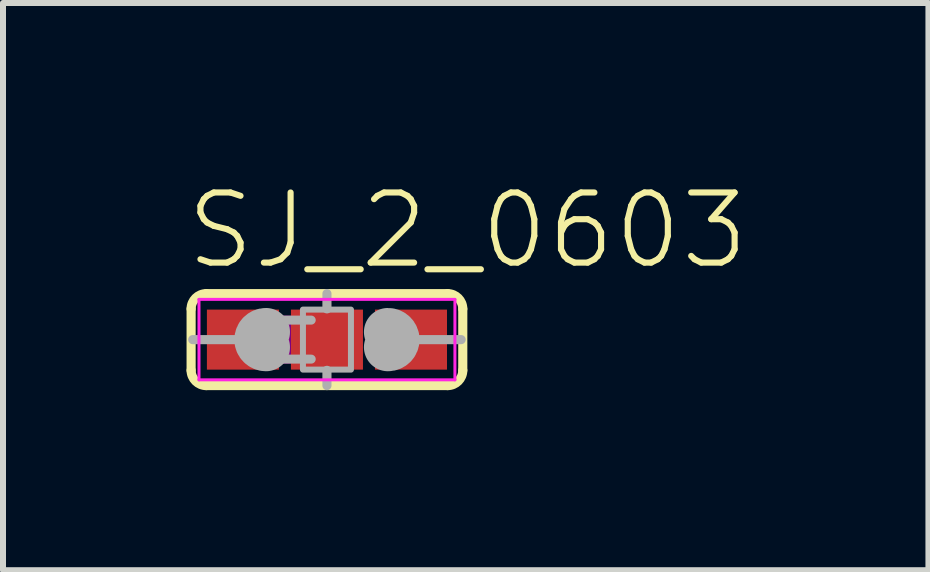
<source format=kicad_pcb>
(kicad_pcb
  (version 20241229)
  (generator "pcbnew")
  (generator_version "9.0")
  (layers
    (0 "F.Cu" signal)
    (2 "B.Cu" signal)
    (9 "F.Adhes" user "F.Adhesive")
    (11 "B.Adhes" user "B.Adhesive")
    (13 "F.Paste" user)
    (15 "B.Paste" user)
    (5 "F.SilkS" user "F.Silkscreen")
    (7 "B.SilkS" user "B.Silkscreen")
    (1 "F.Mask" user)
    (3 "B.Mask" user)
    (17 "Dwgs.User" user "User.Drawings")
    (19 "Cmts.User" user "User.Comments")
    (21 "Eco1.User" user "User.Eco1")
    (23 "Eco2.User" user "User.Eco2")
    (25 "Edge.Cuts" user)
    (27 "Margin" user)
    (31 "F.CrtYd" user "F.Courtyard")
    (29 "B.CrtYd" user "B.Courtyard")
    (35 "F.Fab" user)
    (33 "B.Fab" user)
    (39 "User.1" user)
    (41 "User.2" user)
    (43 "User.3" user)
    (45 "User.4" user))
  (footprint "SJ_2_0603"
    (layer "F.Cu")
    (at 2.397 2.608)
    (property "Reference" "SJ_2_0603" (at -2.397 -1.135 0) (layer "F.SilkS") (effects (font (size 1.168 1.168) (thickness 0.102)) (justify left bottom)))
    (fp_line (start -2.263 0.512) (end -2.263 -0.512) (stroke (width 0.152) (type solid)) (layer "F.SilkS"))
    (fp_line (start -2.009 -0.766) (end 2.009 -0.766) (stroke (width 0.152) (type solid)) (layer "F.SilkS"))
    (fp_line (start 2.009 0.766) (end -2.009 0.766) (stroke (width 0.152) (type solid)) (layer "F.SilkS"))
    (fp_line (start 2.263 0.512) (end 2.263 -0.512) (stroke (width 0.152) (type solid)) (layer "F.SilkS"))
    (fp_arc (start -2.263 -0.512) (mid -2.188605 -0.691605) (end -2.009 -0.766) (stroke (width 0.1524) (type solid)) (layer "F.SilkS"))
    (fp_arc (start -2.009 0.766) (mid -2.188605 0.691605) (end -2.263 0.512) (stroke (width 0.1524) (type solid)) (layer "F.SilkS"))
    (fp_arc (start 2.009 -0.766) (mid 2.188605 -0.691605) (end 2.263 -0.512) (stroke (width 0.1524) (type solid)) (layer "F.SilkS"))
    (fp_arc (start 2.263 0.512) (mid 2.188605 0.691605) (end 2.009 0.766) (stroke (width 0.1524) (type solid)) (layer "F.SilkS"))
    (fp_poly (pts (xy -0.8 0.4) (xy -0.6 0.4) (xy -0.6 -0.4) (xy -0.8 -0.4)) (stroke (width 0) (type solid)) (fill yes) (layer "F.Adhes"))
    (fp_line (start -2.132 -0.67) (end 2.132 -0.67) (stroke (width 0.05) (type solid)) (layer "F.CrtYd"))
    (fp_line (start -2.132 0.67) (end -2.132 -0.67) (stroke (width 0.05) (type solid)) (layer "F.CrtYd"))
    (fp_line (start 2.132 -0.67) (end 2.132 0.67) (stroke (width 0.05) (type solid)) (layer "F.CrtYd"))
    (fp_line (start 2.132 0.67) (end -2.132 0.67) (stroke (width 0.05) (type solid)) (layer "F.CrtYd"))
    (fp_line (start -1.5 0) (end -2.236 0) (stroke (width 0.152) (type solid)) (layer "F.Fab"))
    (fp_line (start -1.262 0.325) (end -0.262 0.325) (stroke (width 0.15) (type solid)) (layer "F.Fab"))
    (fp_line (start -0.262 -0.325) (end -1.262 -0.325) (stroke (width 0.15) (type solid)) (layer "F.Fab"))
    (fp_line (start 0 -0.512) (end 0 -0.766) (stroke (width 0.152) (type solid)) (layer "F.Fab"))
    (fp_line (start 0 0.766) (end 0 0.512) (stroke (width 0.152) (type solid)) (layer "F.Fab"))
    (fp_line (start 1.5 0) (end 2.236 0) (stroke (width 0.152) (type solid)) (layer "F.Fab"))
    (fp_arc (start -1.016 0.127) (mid -1.143 0) (end -1.016 -0.127) (stroke (width 0.8) (type solid)) (layer "F.Fab"))
    (fp_arc (start 1.016 -0.127) (mid 1.143 0) (end 1.016 0.127) (stroke (width 0.8) (type solid)) (layer "F.Fab"))
    (fp_poly (pts (xy -0.4 0.5) (xy 0.4 0.5) (xy 0.4 -0.5) (xy -0.4 -0.5)) (stroke (width 0.1) (type solid)) (fill no) (layer "F.Fab"))
    (pad "1" smd rect (at -1.4 0) (size 1.2 1) (layers "F.Cu" "F.Mask" "F.Paste"))
    (pad "2" smd rect (at 0 0 180) (size 1.2 1) (layers "F.Cu" "F.Mask" "F.Paste"))
    (pad "3" smd rect (at 1.4 0) (size 1.2 1) (layers "F.Cu" "F.Mask")))
  (gr_rect
    (start -3 -3)
    (end 12.418 6.45)
    (stroke (width 0.1) (type default))
    (fill no)
    (layer "Edge.Cuts")))
</source>
